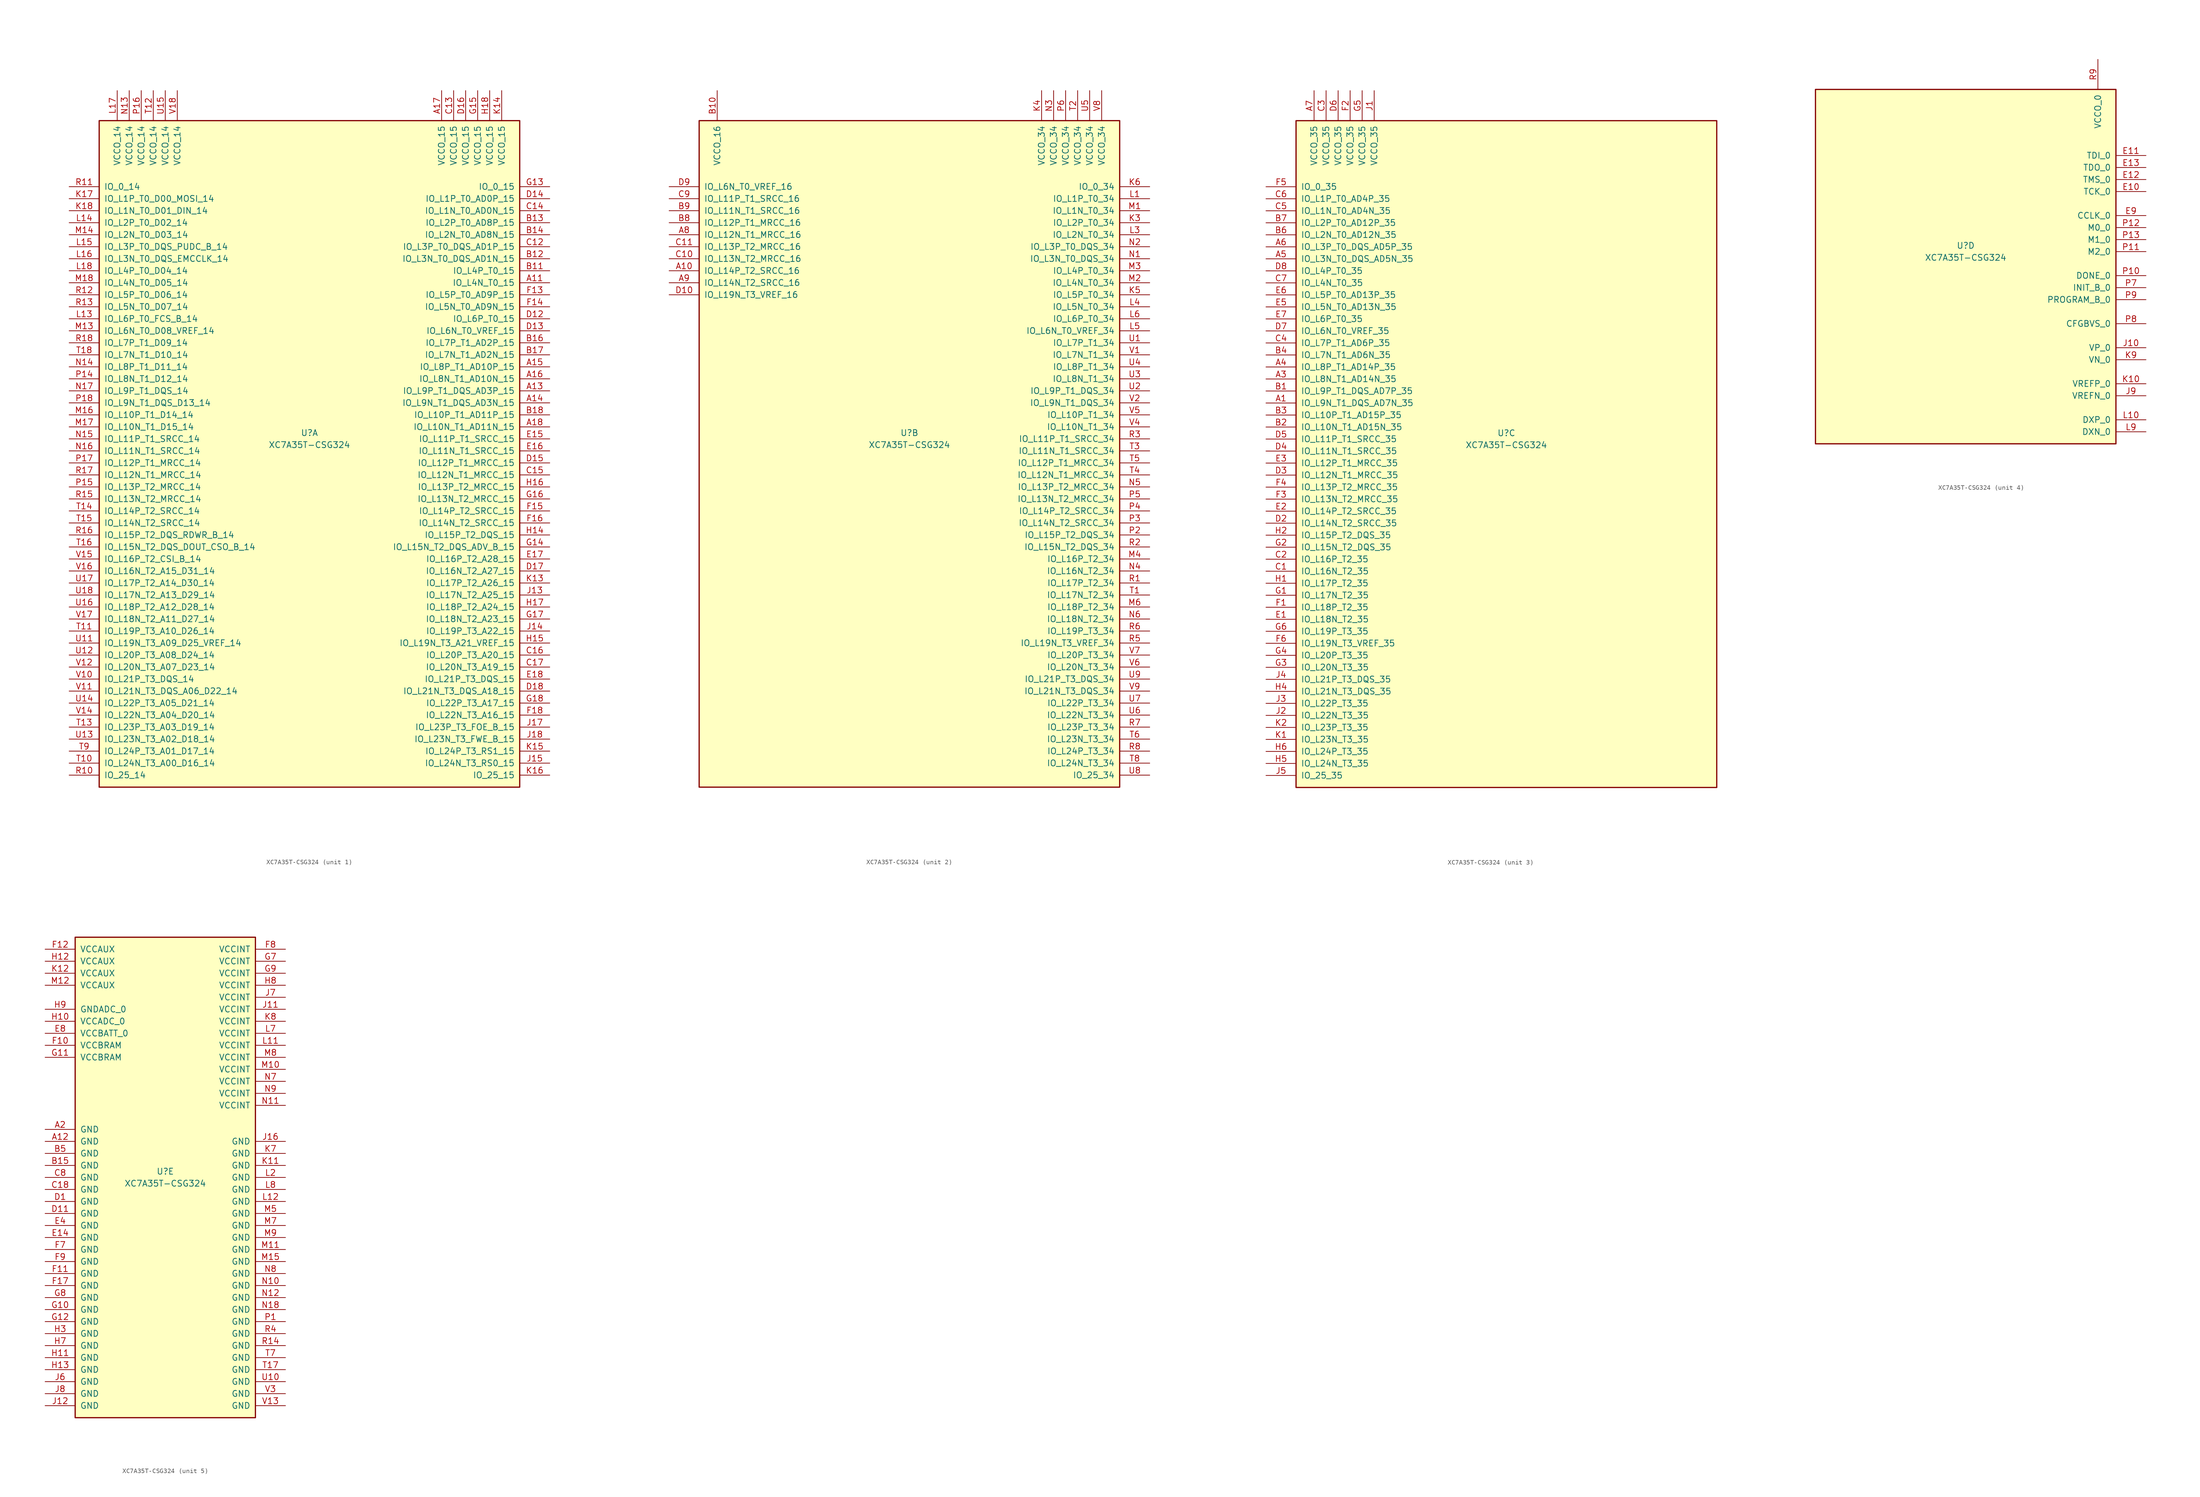
<source format=kicad_sym>
(kicad_symbol_lib
  (version 20231120)
  (generator "kicad_symbol_editor")
  (generator_version "8.0")
  (symbol "XC7A35T-CSG324"
    (pin_names
      (offset 1.016))
    (property "Reference" "U"
      (at 0 1.27 0)
      (effects (font (size 1.27 1.27))))
    (property "Value" "XC7A35T-CSG324"
      (at 0 -1.27 0)
      (effects (font (size 1.27 1.27))))
    (property "Datasheet" ""
      (at 0 0 0)
      (effects (font (size 1.27 1.27))))
    (property "ki_locked" ""
      (at 0 0 0)
      (effects (font (size 1.27 1.27))))
    (symbol "XC7A35T-CSG324_1_1"
      (rectangle (start -44.45 67.31) (end 44.45 -73.66) (stroke (width 0.254) (type default)) (fill (type background)))
      (pin bidirectional line (at 50.8 33.02 180) (length 6.35) (name "IO_L4N_T0_15" (effects (font (size 1.27 1.27)))) (number "A11" (effects (font (size 1.27 1.27)))))
      (pin bidirectional line (at 50.8 10.16 180) (length 6.35) (name "IO_L9P_T1_DQS_AD3P_15" (effects (font (size 1.27 1.27)))) (number "A13" (effects (font (size 1.27 1.27)))))
      (pin bidirectional line (at 50.8 7.62 180) (length 6.35) (name "IO_L9N_T1_DQS_AD3N_15" (effects (font (size 1.27 1.27)))) (number "A14" (effects (font (size 1.27 1.27)))))
      (pin bidirectional line (at 50.8 15.24 180) (length 6.35) (name "IO_L8P_T1_AD10P_15" (effects (font (size 1.27 1.27)))) (number "A15" (effects (font (size 1.27 1.27)))))
      (pin bidirectional line (at 50.8 12.7 180) (length 6.35) (name "IO_L8N_T1_AD10N_15" (effects (font (size 1.27 1.27)))) (number "A16" (effects (font (size 1.27 1.27)))))
      (pin power_in line (at 27.94 73.66 270) (length 6.35) (name "VCCO_15" (effects (font (size 1.27 1.27)))) (number "A17" (effects (font (size 1.27 1.27)))))
      (pin bidirectional line (at 50.8 2.54 180) (length 6.35) (name "IO_L10N_T1_AD11N_15" (effects (font (size 1.27 1.27)))) (number "A18" (effects (font (size 1.27 1.27)))))
      (pin bidirectional line (at 50.8 35.56 180) (length 6.35) (name "IO_L4P_T0_15" (effects (font (size 1.27 1.27)))) (number "B11" (effects (font (size 1.27 1.27)))))
      (pin bidirectional line (at 50.8 38.1 180) (length 6.35) (name "IO_L3N_T0_DQS_AD1N_15" (effects (font (size 1.27 1.27)))) (number "B12" (effects (font (size 1.27 1.27)))))
      (pin bidirectional line (at 50.8 45.72 180) (length 6.35) (name "IO_L2P_T0_AD8P_15" (effects (font (size 1.27 1.27)))) (number "B13" (effects (font (size 1.27 1.27)))))
      (pin bidirectional line (at 50.8 43.18 180) (length 6.35) (name "IO_L2N_T0_AD8N_15" (effects (font (size 1.27 1.27)))) (number "B14" (effects (font (size 1.27 1.27)))))
      (pin bidirectional line (at 50.8 20.32 180) (length 6.35) (name "IO_L7P_T1_AD2P_15" (effects (font (size 1.27 1.27)))) (number "B16" (effects (font (size 1.27 1.27)))))
      (pin bidirectional line (at 50.8 17.78 180) (length 6.35) (name "IO_L7N_T1_AD2N_15" (effects (font (size 1.27 1.27)))) (number "B17" (effects (font (size 1.27 1.27)))))
      (pin bidirectional line (at 50.8 5.08 180) (length 6.35) (name "IO_L10P_T1_AD11P_15" (effects (font (size 1.27 1.27)))) (number "B18" (effects (font (size 1.27 1.27)))))
      (pin bidirectional line (at 50.8 40.64 180) (length 6.35) (name "IO_L3P_T0_DQS_AD1P_15" (effects (font (size 1.27 1.27)))) (number "C12" (effects (font (size 1.27 1.27)))))
      (pin power_in line (at 30.48 73.66 270) (length 6.35) (name "VCCO_15" (effects (font (size 1.27 1.27)))) (number "C13" (effects (font (size 1.27 1.27)))))
      (pin bidirectional line (at 50.8 48.26 180) (length 6.35) (name "IO_L1N_T0_AD0N_15" (effects (font (size 1.27 1.27)))) (number "C14" (effects (font (size 1.27 1.27)))))
      (pin bidirectional line (at 50.8 -7.62 180) (length 6.35) (name "IO_L12N_T1_MRCC_15" (effects (font (size 1.27 1.27)))) (number "C15" (effects (font (size 1.27 1.27)))))
      (pin bidirectional line (at 50.8 -45.72 180) (length 6.35) (name "IO_L20P_T3_A20_15" (effects (font (size 1.27 1.27)))) (number "C16" (effects (font (size 1.27 1.27)))))
      (pin bidirectional line (at 50.8 -48.26 180) (length 6.35) (name "IO_L20N_T3_A19_15" (effects (font (size 1.27 1.27)))) (number "C17" (effects (font (size 1.27 1.27)))))
      (pin bidirectional line (at 50.8 25.4 180) (length 6.35) (name "IO_L6P_T0_15" (effects (font (size 1.27 1.27)))) (number "D12" (effects (font (size 1.27 1.27)))))
      (pin bidirectional line (at 50.8 22.86 180) (length 6.35) (name "IO_L6N_T0_VREF_15" (effects (font (size 1.27 1.27)))) (number "D13" (effects (font (size 1.27 1.27)))))
      (pin bidirectional line (at 50.8 50.8 180) (length 6.35) (name "IO_L1P_T0_AD0P_15" (effects (font (size 1.27 1.27)))) (number "D14" (effects (font (size 1.27 1.27)))))
      (pin bidirectional line (at 50.8 -5.08 180) (length 6.35) (name "IO_L12P_T1_MRCC_15" (effects (font (size 1.27 1.27)))) (number "D15" (effects (font (size 1.27 1.27)))))
      (pin power_in line (at 33.02 73.66 270) (length 6.35) (name "VCCO_15" (effects (font (size 1.27 1.27)))) (number "D16" (effects (font (size 1.27 1.27)))))
      (pin bidirectional line (at 50.8 -27.94 180) (length 6.35) (name "IO_L16N_T2_A27_15" (effects (font (size 1.27 1.27)))) (number "D17" (effects (font (size 1.27 1.27)))))
      (pin bidirectional line (at 50.8 -53.34 180) (length 6.35) (name "IO_L21N_T3_DQS_A18_15" (effects (font (size 1.27 1.27)))) (number "D18" (effects (font (size 1.27 1.27)))))
      (pin bidirectional line (at 50.8 0 180) (length 6.35) (name "IO_L11P_T1_SRCC_15" (effects (font (size 1.27 1.27)))) (number "E15" (effects (font (size 1.27 1.27)))))
      (pin bidirectional line (at 50.8 -2.54 180) (length 6.35) (name "IO_L11N_T1_SRCC_15" (effects (font (size 1.27 1.27)))) (number "E16" (effects (font (size 1.27 1.27)))))
      (pin bidirectional line (at 50.8 -25.4 180) (length 6.35) (name "IO_L16P_T2_A28_15" (effects (font (size 1.27 1.27)))) (number "E17" (effects (font (size 1.27 1.27)))))
      (pin bidirectional line (at 50.8 -50.8 180) (length 6.35) (name "IO_L21P_T3_DQS_15" (effects (font (size 1.27 1.27)))) (number "E18" (effects (font (size 1.27 1.27)))))
      (pin bidirectional line (at 50.8 30.48 180) (length 6.35) (name "IO_L5P_T0_AD9P_15" (effects (font (size 1.27 1.27)))) (number "F13" (effects (font (size 1.27 1.27)))))
      (pin bidirectional line (at 50.8 27.94 180) (length 6.35) (name "IO_L5N_T0_AD9N_15" (effects (font (size 1.27 1.27)))) (number "F14" (effects (font (size 1.27 1.27)))))
      (pin bidirectional line (at 50.8 -15.24 180) (length 6.35) (name "IO_L14P_T2_SRCC_15" (effects (font (size 1.27 1.27)))) (number "F15" (effects (font (size 1.27 1.27)))))
      (pin bidirectional line (at 50.8 -17.78 180) (length 6.35) (name "IO_L14N_T2_SRCC_15" (effects (font (size 1.27 1.27)))) (number "F16" (effects (font (size 1.27 1.27)))))
      (pin bidirectional line (at 50.8 -58.42 180) (length 6.35) (name "IO_L22N_T3_A16_15" (effects (font (size 1.27 1.27)))) (number "F18" (effects (font (size 1.27 1.27)))))
      (pin bidirectional line (at 50.8 53.34 180) (length 6.35) (name "IO_0_15" (effects (font (size 1.27 1.27)))) (number "G13" (effects (font (size 1.27 1.27)))))
      (pin bidirectional line (at 50.8 -22.86 180) (length 6.35) (name "IO_L15N_T2_DQS_ADV_B_15" (effects (font (size 1.27 1.27)))) (number "G14" (effects (font (size 1.27 1.27)))))
      (pin power_in line (at 35.56 73.66 270) (length 6.35) (name "VCCO_15" (effects (font (size 1.27 1.27)))) (number "G15" (effects (font (size 1.27 1.27)))))
      (pin bidirectional line (at 50.8 -12.7 180) (length 6.35) (name "IO_L13N_T2_MRCC_15" (effects (font (size 1.27 1.27)))) (number "G16" (effects (font (size 1.27 1.27)))))
      (pin bidirectional line (at 50.8 -38.1 180) (length 6.35) (name "IO_L18N_T2_A23_15" (effects (font (size 1.27 1.27)))) (number "G17" (effects (font (size 1.27 1.27)))))
      (pin bidirectional line (at 50.8 -55.88 180) (length 6.35) (name "IO_L22P_T3_A17_15" (effects (font (size 1.27 1.27)))) (number "G18" (effects (font (size 1.27 1.27)))))
      (pin bidirectional line (at 50.8 -20.32 180) (length 6.35) (name "IO_L15P_T2_DQS_15" (effects (font (size 1.27 1.27)))) (number "H14" (effects (font (size 1.27 1.27)))))
      (pin bidirectional line (at 50.8 -43.18 180) (length 6.35) (name "IO_L19N_T3_A21_VREF_15" (effects (font (size 1.27 1.27)))) (number "H15" (effects (font (size 1.27 1.27)))))
      (pin bidirectional line (at 50.8 -10.16 180) (length 6.35) (name "IO_L13P_T2_MRCC_15" (effects (font (size 1.27 1.27)))) (number "H16" (effects (font (size 1.27 1.27)))))
      (pin bidirectional line (at 50.8 -35.56 180) (length 6.35) (name "IO_L18P_T2_A24_15" (effects (font (size 1.27 1.27)))) (number "H17" (effects (font (size 1.27 1.27)))))
      (pin power_in line (at 38.1 73.66 270) (length 6.35) (name "VCCO_15" (effects (font (size 1.27 1.27)))) (number "H18" (effects (font (size 1.27 1.27)))))
      (pin bidirectional line (at 50.8 -33.02 180) (length 6.35) (name "IO_L17N_T2_A25_15" (effects (font (size 1.27 1.27)))) (number "J13" (effects (font (size 1.27 1.27)))))
      (pin bidirectional line (at 50.8 -40.64 180) (length 6.35) (name "IO_L19P_T3_A22_15" (effects (font (size 1.27 1.27)))) (number "J14" (effects (font (size 1.27 1.27)))))
      (pin bidirectional line (at 50.8 -68.58 180) (length 6.35) (name "IO_L24N_T3_RS0_15" (effects (font (size 1.27 1.27)))) (number "J15" (effects (font (size 1.27 1.27)))))
      (pin bidirectional line (at 50.8 -60.96 180) (length 6.35) (name "IO_L23P_T3_FOE_B_15" (effects (font (size 1.27 1.27)))) (number "J17" (effects (font (size 1.27 1.27)))))
      (pin bidirectional line (at 50.8 -63.5 180) (length 6.35) (name "IO_L23N_T3_FWE_B_15" (effects (font (size 1.27 1.27)))) (number "J18" (effects (font (size 1.27 1.27)))))
      (pin bidirectional line (at 50.8 -30.48 180) (length 6.35) (name "IO_L17P_T2_A26_15" (effects (font (size 1.27 1.27)))) (number "K13" (effects (font (size 1.27 1.27)))))
      (pin power_in line (at 40.64 73.66 270) (length 6.35) (name "VCCO_15" (effects (font (size 1.27 1.27)))) (number "K14" (effects (font (size 1.27 1.27)))))
      (pin bidirectional line (at 50.8 -66.04 180) (length 6.35) (name "IO_L24P_T3_RS1_15" (effects (font (size 1.27 1.27)))) (number "K15" (effects (font (size 1.27 1.27)))))
      (pin bidirectional line (at 50.8 -71.12 180) (length 6.35) (name "IO_25_15" (effects (font (size 1.27 1.27)))) (number "K16" (effects (font (size 1.27 1.27)))))
      (pin bidirectional line (at -50.8 50.8 0) (length 6.35) (name "IO_L1P_T0_D00_MOSI_14" (effects (font (size 1.27 1.27)))) (number "K17" (effects (font (size 1.27 1.27)))))
      (pin bidirectional line (at -50.8 48.26 0) (length 6.35) (name "IO_L1N_T0_D01_DIN_14" (effects (font (size 1.27 1.27)))) (number "K18" (effects (font (size 1.27 1.27)))))
      (pin bidirectional line (at -50.8 25.4 0) (length 6.35) (name "IO_L6P_T0_FCS_B_14" (effects (font (size 1.27 1.27)))) (number "L13" (effects (font (size 1.27 1.27)))))
      (pin bidirectional line (at -50.8 45.72 0) (length 6.35) (name "IO_L2P_T0_D02_14" (effects (font (size 1.27 1.27)))) (number "L14" (effects (font (size 1.27 1.27)))))
      (pin bidirectional line (at -50.8 40.64 0) (length 6.35) (name "IO_L3P_T0_DQS_PUDC_B_14" (effects (font (size 1.27 1.27)))) (number "L15" (effects (font (size 1.27 1.27)))))
      (pin bidirectional line (at -50.8 38.1 0) (length 6.35) (name "IO_L3N_T0_DQS_EMCCLK_14" (effects (font (size 1.27 1.27)))) (number "L16" (effects (font (size 1.27 1.27)))))
      (pin power_in line (at -40.64 73.66 270) (length 6.35) (name "VCCO_14" (effects (font (size 1.27 1.27)))) (number "L17" (effects (font (size 1.27 1.27)))))
      (pin bidirectional line (at -50.8 35.56 0) (length 6.35) (name "IO_L4P_T0_D04_14" (effects (font (size 1.27 1.27)))) (number "L18" (effects (font (size 1.27 1.27)))))
      (pin bidirectional line (at -50.8 22.86 0) (length 6.35) (name "IO_L6N_T0_D08_VREF_14" (effects (font (size 1.27 1.27)))) (number "M13" (effects (font (size 1.27 1.27)))))
      (pin bidirectional line (at -50.8 43.18 0) (length 6.35) (name "IO_L2N_T0_D03_14" (effects (font (size 1.27 1.27)))) (number "M14" (effects (font (size 1.27 1.27)))))
      (pin bidirectional line (at -50.8 5.08 0) (length 6.35) (name "IO_L10P_T1_D14_14" (effects (font (size 1.27 1.27)))) (number "M16" (effects (font (size 1.27 1.27)))))
      (pin bidirectional line (at -50.8 2.54 0) (length 6.35) (name "IO_L10N_T1_D15_14" (effects (font (size 1.27 1.27)))) (number "M17" (effects (font (size 1.27 1.27)))))
      (pin bidirectional line (at -50.8 33.02 0) (length 6.35) (name "IO_L4N_T0_D05_14" (effects (font (size 1.27 1.27)))) (number "M18" (effects (font (size 1.27 1.27)))))
      (pin power_in line (at -38.1 73.66 270) (length 6.35) (name "VCCO_14" (effects (font (size 1.27 1.27)))) (number "N13" (effects (font (size 1.27 1.27)))))
      (pin bidirectional line (at -50.8 15.24 0) (length 6.35) (name "IO_L8P_T1_D11_14" (effects (font (size 1.27 1.27)))) (number "N14" (effects (font (size 1.27 1.27)))))
      (pin bidirectional line (at -50.8 0 0) (length 6.35) (name "IO_L11P_T1_SRCC_14" (effects (font (size 1.27 1.27)))) (number "N15" (effects (font (size 1.27 1.27)))))
      (pin bidirectional line (at -50.8 -2.54 0) (length 6.35) (name "IO_L11N_T1_SRCC_14" (effects (font (size 1.27 1.27)))) (number "N16" (effects (font (size 1.27 1.27)))))
      (pin bidirectional line (at -50.8 10.16 0) (length 6.35) (name "IO_L9P_T1_DQS_14" (effects (font (size 1.27 1.27)))) (number "N17" (effects (font (size 1.27 1.27)))))
      (pin bidirectional line (at -50.8 12.7 0) (length 6.35) (name "IO_L8N_T1_D12_14" (effects (font (size 1.27 1.27)))) (number "P14" (effects (font (size 1.27 1.27)))))
      (pin bidirectional line (at -50.8 -10.16 0) (length 6.35) (name "IO_L13P_T2_MRCC_14" (effects (font (size 1.27 1.27)))) (number "P15" (effects (font (size 1.27 1.27)))))
      (pin power_in line (at -35.56 73.66 270) (length 6.35) (name "VCCO_14" (effects (font (size 1.27 1.27)))) (number "P16" (effects (font (size 1.27 1.27)))))
      (pin bidirectional line (at -50.8 -5.08 0) (length 6.35) (name "IO_L12P_T1_MRCC_14" (effects (font (size 1.27 1.27)))) (number "P17" (effects (font (size 1.27 1.27)))))
      (pin bidirectional line (at -50.8 7.62 0) (length 6.35) (name "IO_L9N_T1_DQS_D13_14" (effects (font (size 1.27 1.27)))) (number "P18" (effects (font (size 1.27 1.27)))))
      (pin bidirectional line (at -50.8 -71.12 0) (length 6.35) (name "IO_25_14" (effects (font (size 1.27 1.27)))) (number "R10" (effects (font (size 1.27 1.27)))))
      (pin bidirectional line (at -50.8 53.34 0) (length 6.35) (name "IO_0_14" (effects (font (size 1.27 1.27)))) (number "R11" (effects (font (size 1.27 1.27)))))
      (pin bidirectional line (at -50.8 30.48 0) (length 6.35) (name "IO_L5P_T0_D06_14" (effects (font (size 1.27 1.27)))) (number "R12" (effects (font (size 1.27 1.27)))))
      (pin bidirectional line (at -50.8 27.94 0) (length 6.35) (name "IO_L5N_T0_D07_14" (effects (font (size 1.27 1.27)))) (number "R13" (effects (font (size 1.27 1.27)))))
      (pin bidirectional line (at -50.8 -12.7 0) (length 6.35) (name "IO_L13N_T2_MRCC_14" (effects (font (size 1.27 1.27)))) (number "R15" (effects (font (size 1.27 1.27)))))
      (pin bidirectional line (at -50.8 -20.32 0) (length 6.35) (name "IO_L15P_T2_DQS_RDWR_B_14" (effects (font (size 1.27 1.27)))) (number "R16" (effects (font (size 1.27 1.27)))))
      (pin bidirectional line (at -50.8 -7.62 0) (length 6.35) (name "IO_L12N_T1_MRCC_14" (effects (font (size 1.27 1.27)))) (number "R17" (effects (font (size 1.27 1.27)))))
      (pin bidirectional line (at -50.8 20.32 0) (length 6.35) (name "IO_L7P_T1_D09_14" (effects (font (size 1.27 1.27)))) (number "R18" (effects (font (size 1.27 1.27)))))
      (pin bidirectional line (at -50.8 -68.58 0) (length 6.35) (name "IO_L24N_T3_A00_D16_14" (effects (font (size 1.27 1.27)))) (number "T10" (effects (font (size 1.27 1.27)))))
      (pin bidirectional line (at -50.8 -40.64 0) (length 6.35) (name "IO_L19P_T3_A10_D26_14" (effects (font (size 1.27 1.27)))) (number "T11" (effects (font (size 1.27 1.27)))))
      (pin power_in line (at -33.02 73.66 270) (length 6.35) (name "VCCO_14" (effects (font (size 1.27 1.27)))) (number "T12" (effects (font (size 1.27 1.27)))))
      (pin bidirectional line (at -50.8 -60.96 0) (length 6.35) (name "IO_L23P_T3_A03_D19_14" (effects (font (size 1.27 1.27)))) (number "T13" (effects (font (size 1.27 1.27)))))
      (pin bidirectional line (at -50.8 -15.24 0) (length 6.35) (name "IO_L14P_T2_SRCC_14" (effects (font (size 1.27 1.27)))) (number "T14" (effects (font (size 1.27 1.27)))))
      (pin bidirectional line (at -50.8 -17.78 0) (length 6.35) (name "IO_L14N_T2_SRCC_14" (effects (font (size 1.27 1.27)))) (number "T15" (effects (font (size 1.27 1.27)))))
      (pin bidirectional line (at -50.8 -22.86 0) (length 6.35) (name "IO_L15N_T2_DQS_DOUT_CSO_B_14" (effects (font (size 1.27 1.27)))) (number "T16" (effects (font (size 1.27 1.27)))))
      (pin bidirectional line (at -50.8 17.78 0) (length 6.35) (name "IO_L7N_T1_D10_14" (effects (font (size 1.27 1.27)))) (number "T18" (effects (font (size 1.27 1.27)))))
      (pin bidirectional line (at -50.8 -66.04 0) (length 6.35) (name "IO_L24P_T3_A01_D17_14" (effects (font (size 1.27 1.27)))) (number "T9" (effects (font (size 1.27 1.27)))))
      (pin bidirectional line (at -50.8 -43.18 0) (length 6.35) (name "IO_L19N_T3_A09_D25_VREF_14" (effects (font (size 1.27 1.27)))) (number "U11" (effects (font (size 1.27 1.27)))))
      (pin bidirectional line (at -50.8 -45.72 0) (length 6.35) (name "IO_L20P_T3_A08_D24_14" (effects (font (size 1.27 1.27)))) (number "U12" (effects (font (size 1.27 1.27)))))
      (pin bidirectional line (at -50.8 -63.5 0) (length 6.35) (name "IO_L23N_T3_A02_D18_14" (effects (font (size 1.27 1.27)))) (number "U13" (effects (font (size 1.27 1.27)))))
      (pin bidirectional line (at -50.8 -55.88 0) (length 6.35) (name "IO_L22P_T3_A05_D21_14" (effects (font (size 1.27 1.27)))) (number "U14" (effects (font (size 1.27 1.27)))))
      (pin power_in line (at -30.48 73.66 270) (length 6.35) (name "VCCO_14" (effects (font (size 1.27 1.27)))) (number "U15" (effects (font (size 1.27 1.27)))))
      (pin bidirectional line (at -50.8 -35.56 0) (length 6.35) (name "IO_L18P_T2_A12_D28_14" (effects (font (size 1.27 1.27)))) (number "U16" (effects (font (size 1.27 1.27)))))
      (pin bidirectional line (at -50.8 -30.48 0) (length 6.35) (name "IO_L17P_T2_A14_D30_14" (effects (font (size 1.27 1.27)))) (number "U17" (effects (font (size 1.27 1.27)))))
      (pin bidirectional line (at -50.8 -33.02 0) (length 6.35) (name "IO_L17N_T2_A13_D29_14" (effects (font (size 1.27 1.27)))) (number "U18" (effects (font (size 1.27 1.27)))))
      (pin bidirectional line (at -50.8 -50.8 0) (length 6.35) (name "IO_L21P_T3_DQS_14" (effects (font (size 1.27 1.27)))) (number "V10" (effects (font (size 1.27 1.27)))))
      (pin bidirectional line (at -50.8 -53.34 0) (length 6.35) (name "IO_L21N_T3_DQS_A06_D22_14" (effects (font (size 1.27 1.27)))) (number "V11" (effects (font (size 1.27 1.27)))))
      (pin bidirectional line (at -50.8 -48.26 0) (length 6.35) (name "IO_L20N_T3_A07_D23_14" (effects (font (size 1.27 1.27)))) (number "V12" (effects (font (size 1.27 1.27)))))
      (pin bidirectional line (at -50.8 -58.42 0) (length 6.35) (name "IO_L22N_T3_A04_D20_14" (effects (font (size 1.27 1.27)))) (number "V14" (effects (font (size 1.27 1.27)))))
      (pin bidirectional line (at -50.8 -25.4 0) (length 6.35) (name "IO_L16P_T2_CSI_B_14" (effects (font (size 1.27 1.27)))) (number "V15" (effects (font (size 1.27 1.27)))))
      (pin bidirectional line (at -50.8 -27.94 0) (length 6.35) (name "IO_L16N_T2_A15_D31_14" (effects (font (size 1.27 1.27)))) (number "V16" (effects (font (size 1.27 1.27)))))
      (pin bidirectional line (at -50.8 -38.1 0) (length 6.35) (name "IO_L18N_T2_A11_D27_14" (effects (font (size 1.27 1.27)))) (number "V17" (effects (font (size 1.27 1.27)))))
      (pin power_in line (at -27.94 73.66 270) (length 6.35) (name "VCCO_14" (effects (font (size 1.27 1.27)))) (number "V18" (effects (font (size 1.27 1.27))))))
    (symbol "XC7A35T-CSG324_2_1"
      (rectangle (start -44.45 67.31) (end 44.45 -73.66) (stroke (width 0.254) (type default)) (fill (type background)))
      (pin bidirectional line (at -50.8 35.56 0) (length 6.35) (name "IO_L14P_T2_SRCC_16" (effects (font (size 1.27 1.27)))) (number "A10" (effects (font (size 1.27 1.27)))))
      (pin bidirectional line (at -50.8 43.18 0) (length 6.35) (name "IO_L12N_T1_MRCC_16" (effects (font (size 1.27 1.27)))) (number "A8" (effects (font (size 1.27 1.27)))))
      (pin bidirectional line (at -50.8 33.02 0) (length 6.35) (name "IO_L14N_T2_SRCC_16" (effects (font (size 1.27 1.27)))) (number "A9" (effects (font (size 1.27 1.27)))))
      (pin power_in line (at -40.64 73.66 270) (length 6.35) (name "VCCO_16" (effects (font (size 1.27 1.27)))) (number "B10" (effects (font (size 1.27 1.27)))))
      (pin bidirectional line (at -50.8 45.72 0) (length 6.35) (name "IO_L12P_T1_MRCC_16" (effects (font (size 1.27 1.27)))) (number "B8" (effects (font (size 1.27 1.27)))))
      (pin bidirectional line (at -50.8 48.26 0) (length 6.35) (name "IO_L11N_T1_SRCC_16" (effects (font (size 1.27 1.27)))) (number "B9" (effects (font (size 1.27 1.27)))))
      (pin bidirectional line (at -50.8 38.1 0) (length 6.35) (name "IO_L13N_T2_MRCC_16" (effects (font (size 1.27 1.27)))) (number "C10" (effects (font (size 1.27 1.27)))))
      (pin bidirectional line (at -50.8 40.64 0) (length 6.35) (name "IO_L13P_T2_MRCC_16" (effects (font (size 1.27 1.27)))) (number "C11" (effects (font (size 1.27 1.27)))))
      (pin bidirectional line (at -50.8 50.8 0) (length 6.35) (name "IO_L11P_T1_SRCC_16" (effects (font (size 1.27 1.27)))) (number "C9" (effects (font (size 1.27 1.27)))))
      (pin bidirectional line (at -50.8 30.48 0) (length 6.35) (name "IO_L19N_T3_VREF_16" (effects (font (size 1.27 1.27)))) (number "D10" (effects (font (size 1.27 1.27)))))
      (pin bidirectional line (at -50.8 53.34 0) (length 6.35) (name "IO_L6N_T0_VREF_16" (effects (font (size 1.27 1.27)))) (number "D9" (effects (font (size 1.27 1.27)))))
      (pin bidirectional line (at 50.8 45.72 180) (length 6.35) (name "IO_L2P_T0_34" (effects (font (size 1.27 1.27)))) (number "K3" (effects (font (size 1.27 1.27)))))
      (pin power_in line (at 27.94 73.66 270) (length 6.35) (name "VCCO_34" (effects (font (size 1.27 1.27)))) (number "K4" (effects (font (size 1.27 1.27)))))
      (pin bidirectional line (at 50.8 30.48 180) (length 6.35) (name "IO_L5P_T0_34" (effects (font (size 1.27 1.27)))) (number "K5" (effects (font (size 1.27 1.27)))))
      (pin bidirectional line (at 50.8 53.34 180) (length 6.35) (name "IO_0_34" (effects (font (size 1.27 1.27)))) (number "K6" (effects (font (size 1.27 1.27)))))
      (pin bidirectional line (at 50.8 50.8 180) (length 6.35) (name "IO_L1P_T0_34" (effects (font (size 1.27 1.27)))) (number "L1" (effects (font (size 1.27 1.27)))))
      (pin bidirectional line (at 50.8 43.18 180) (length 6.35) (name "IO_L2N_T0_34" (effects (font (size 1.27 1.27)))) (number "L3" (effects (font (size 1.27 1.27)))))
      (pin bidirectional line (at 50.8 27.94 180) (length 6.35) (name "IO_L5N_T0_34" (effects (font (size 1.27 1.27)))) (number "L4" (effects (font (size 1.27 1.27)))))
      (pin bidirectional line (at 50.8 22.86 180) (length 6.35) (name "IO_L6N_T0_VREF_34" (effects (font (size 1.27 1.27)))) (number "L5" (effects (font (size 1.27 1.27)))))
      (pin bidirectional line (at 50.8 25.4 180) (length 6.35) (name "IO_L6P_T0_34" (effects (font (size 1.27 1.27)))) (number "L6" (effects (font (size 1.27 1.27)))))
      (pin bidirectional line (at 50.8 48.26 180) (length 6.35) (name "IO_L1N_T0_34" (effects (font (size 1.27 1.27)))) (number "M1" (effects (font (size 1.27 1.27)))))
      (pin bidirectional line (at 50.8 33.02 180) (length 6.35) (name "IO_L4N_T0_34" (effects (font (size 1.27 1.27)))) (number "M2" (effects (font (size 1.27 1.27)))))
      (pin bidirectional line (at 50.8 35.56 180) (length 6.35) (name "IO_L4P_T0_34" (effects (font (size 1.27 1.27)))) (number "M3" (effects (font (size 1.27 1.27)))))
      (pin bidirectional line (at 50.8 -25.4 180) (length 6.35) (name "IO_L16P_T2_34" (effects (font (size 1.27 1.27)))) (number "M4" (effects (font (size 1.27 1.27)))))
      (pin bidirectional line (at 50.8 -35.56 180) (length 6.35) (name "IO_L18P_T2_34" (effects (font (size 1.27 1.27)))) (number "M6" (effects (font (size 1.27 1.27)))))
      (pin bidirectional line (at 50.8 38.1 180) (length 6.35) (name "IO_L3N_T0_DQS_34" (effects (font (size 1.27 1.27)))) (number "N1" (effects (font (size 1.27 1.27)))))
      (pin bidirectional line (at 50.8 40.64 180) (length 6.35) (name "IO_L3P_T0_DQS_34" (effects (font (size 1.27 1.27)))) (number "N2" (effects (font (size 1.27 1.27)))))
      (pin power_in line (at 30.48 73.66 270) (length 6.35) (name "VCCO_34" (effects (font (size 1.27 1.27)))) (number "N3" (effects (font (size 1.27 1.27)))))
      (pin bidirectional line (at 50.8 -27.94 180) (length 6.35) (name "IO_L16N_T2_34" (effects (font (size 1.27 1.27)))) (number "N4" (effects (font (size 1.27 1.27)))))
      (pin bidirectional line (at 50.8 -10.16 180) (length 6.35) (name "IO_L13P_T2_MRCC_34" (effects (font (size 1.27 1.27)))) (number "N5" (effects (font (size 1.27 1.27)))))
      (pin bidirectional line (at 50.8 -38.1 180) (length 6.35) (name "IO_L18N_T2_34" (effects (font (size 1.27 1.27)))) (number "N6" (effects (font (size 1.27 1.27)))))
      (pin bidirectional line (at 50.8 -20.32 180) (length 6.35) (name "IO_L15P_T2_DQS_34" (effects (font (size 1.27 1.27)))) (number "P2" (effects (font (size 1.27 1.27)))))
      (pin bidirectional line (at 50.8 -17.78 180) (length 6.35) (name "IO_L14N_T2_SRCC_34" (effects (font (size 1.27 1.27)))) (number "P3" (effects (font (size 1.27 1.27)))))
      (pin bidirectional line (at 50.8 -15.24 180) (length 6.35) (name "IO_L14P_T2_SRCC_34" (effects (font (size 1.27 1.27)))) (number "P4" (effects (font (size 1.27 1.27)))))
      (pin bidirectional line (at 50.8 -12.7 180) (length 6.35) (name "IO_L13N_T2_MRCC_34" (effects (font (size 1.27 1.27)))) (number "P5" (effects (font (size 1.27 1.27)))))
      (pin power_in line (at 33.02 73.66 270) (length 6.35) (name "VCCO_34" (effects (font (size 1.27 1.27)))) (number "P6" (effects (font (size 1.27 1.27)))))
      (pin bidirectional line (at 50.8 -30.48 180) (length 6.35) (name "IO_L17P_T2_34" (effects (font (size 1.27 1.27)))) (number "R1" (effects (font (size 1.27 1.27)))))
      (pin bidirectional line (at 50.8 -22.86 180) (length 6.35) (name "IO_L15N_T2_DQS_34" (effects (font (size 1.27 1.27)))) (number "R2" (effects (font (size 1.27 1.27)))))
      (pin bidirectional line (at 50.8 0 180) (length 6.35) (name "IO_L11P_T1_SRCC_34" (effects (font (size 1.27 1.27)))) (number "R3" (effects (font (size 1.27 1.27)))))
      (pin bidirectional line (at 50.8 -43.18 180) (length 6.35) (name "IO_L19N_T3_VREF_34" (effects (font (size 1.27 1.27)))) (number "R5" (effects (font (size 1.27 1.27)))))
      (pin bidirectional line (at 50.8 -40.64 180) (length 6.35) (name "IO_L19P_T3_34" (effects (font (size 1.27 1.27)))) (number "R6" (effects (font (size 1.27 1.27)))))
      (pin bidirectional line (at 50.8 -60.96 180) (length 6.35) (name "IO_L23P_T3_34" (effects (font (size 1.27 1.27)))) (number "R7" (effects (font (size 1.27 1.27)))))
      (pin bidirectional line (at 50.8 -66.04 180) (length 6.35) (name "IO_L24P_T3_34" (effects (font (size 1.27 1.27)))) (number "R8" (effects (font (size 1.27 1.27)))))
      (pin bidirectional line (at 50.8 -33.02 180) (length 6.35) (name "IO_L17N_T2_34" (effects (font (size 1.27 1.27)))) (number "T1" (effects (font (size 1.27 1.27)))))
      (pin power_in line (at 35.56 73.66 270) (length 6.35) (name "VCCO_34" (effects (font (size 1.27 1.27)))) (number "T2" (effects (font (size 1.27 1.27)))))
      (pin bidirectional line (at 50.8 -2.54 180) (length 6.35) (name "IO_L11N_T1_SRCC_34" (effects (font (size 1.27 1.27)))) (number "T3" (effects (font (size 1.27 1.27)))))
      (pin bidirectional line (at 50.8 -7.62 180) (length 6.35) (name "IO_L12N_T1_MRCC_34" (effects (font (size 1.27 1.27)))) (number "T4" (effects (font (size 1.27 1.27)))))
      (pin bidirectional line (at 50.8 -5.08 180) (length 6.35) (name "IO_L12P_T1_MRCC_34" (effects (font (size 1.27 1.27)))) (number "T5" (effects (font (size 1.27 1.27)))))
      (pin bidirectional line (at 50.8 -63.5 180) (length 6.35) (name "IO_L23N_T3_34" (effects (font (size 1.27 1.27)))) (number "T6" (effects (font (size 1.27 1.27)))))
      (pin bidirectional line (at 50.8 -68.58 180) (length 6.35) (name "IO_L24N_T3_34" (effects (font (size 1.27 1.27)))) (number "T8" (effects (font (size 1.27 1.27)))))
      (pin bidirectional line (at 50.8 20.32 180) (length 6.35) (name "IO_L7P_T1_34" (effects (font (size 1.27 1.27)))) (number "U1" (effects (font (size 1.27 1.27)))))
      (pin bidirectional line (at 50.8 10.16 180) (length 6.35) (name "IO_L9P_T1_DQS_34" (effects (font (size 1.27 1.27)))) (number "U2" (effects (font (size 1.27 1.27)))))
      (pin bidirectional line (at 50.8 12.7 180) (length 6.35) (name "IO_L8N_T1_34" (effects (font (size 1.27 1.27)))) (number "U3" (effects (font (size 1.27 1.27)))))
      (pin bidirectional line (at 50.8 15.24 180) (length 6.35) (name "IO_L8P_T1_34" (effects (font (size 1.27 1.27)))) (number "U4" (effects (font (size 1.27 1.27)))))
      (pin power_in line (at 38.1 73.66 270) (length 6.35) (name "VCCO_34" (effects (font (size 1.27 1.27)))) (number "U5" (effects (font (size 1.27 1.27)))))
      (pin bidirectional line (at 50.8 -58.42 180) (length 6.35) (name "IO_L22N_T3_34" (effects (font (size 1.27 1.27)))) (number "U6" (effects (font (size 1.27 1.27)))))
      (pin bidirectional line (at 50.8 -55.88 180) (length 6.35) (name "IO_L22P_T3_34" (effects (font (size 1.27 1.27)))) (number "U7" (effects (font (size 1.27 1.27)))))
      (pin bidirectional line (at 50.8 -71.12 180) (length 6.35) (name "IO_25_34" (effects (font (size 1.27 1.27)))) (number "U8" (effects (font (size 1.27 1.27)))))
      (pin bidirectional line (at 50.8 -50.8 180) (length 6.35) (name "IO_L21P_T3_DQS_34" (effects (font (size 1.27 1.27)))) (number "U9" (effects (font (size 1.27 1.27)))))
      (pin bidirectional line (at 50.8 17.78 180) (length 6.35) (name "IO_L7N_T1_34" (effects (font (size 1.27 1.27)))) (number "V1" (effects (font (size 1.27 1.27)))))
      (pin bidirectional line (at 50.8 7.62 180) (length 6.35) (name "IO_L9N_T1_DQS_34" (effects (font (size 1.27 1.27)))) (number "V2" (effects (font (size 1.27 1.27)))))
      (pin bidirectional line (at 50.8 2.54 180) (length 6.35) (name "IO_L10N_T1_34" (effects (font (size 1.27 1.27)))) (number "V4" (effects (font (size 1.27 1.27)))))
      (pin bidirectional line (at 50.8 5.08 180) (length 6.35) (name "IO_L10P_T1_34" (effects (font (size 1.27 1.27)))) (number "V5" (effects (font (size 1.27 1.27)))))
      (pin bidirectional line (at 50.8 -48.26 180) (length 6.35) (name "IO_L20N_T3_34" (effects (font (size 1.27 1.27)))) (number "V6" (effects (font (size 1.27 1.27)))))
      (pin bidirectional line (at 50.8 -45.72 180) (length 6.35) (name "IO_L20P_T3_34" (effects (font (size 1.27 1.27)))) (number "V7" (effects (font (size 1.27 1.27)))))
      (pin power_in line (at 40.64 73.66 270) (length 6.35) (name "VCCO_34" (effects (font (size 1.27 1.27)))) (number "V8" (effects (font (size 1.27 1.27)))))
      (pin bidirectional line (at 50.8 -53.34 180) (length 6.35) (name "IO_L21N_T3_DQS_34" (effects (font (size 1.27 1.27)))) (number "V9" (effects (font (size 1.27 1.27))))))
    (symbol "XC7A35T-CSG324_3_1"
      (rectangle (start -44.45 67.31) (end 44.45 -73.66) (stroke (width 0.254) (type default)) (fill (type background)))
      (pin bidirectional line (at -50.8 7.62 0) (length 6.35) (name "IO_L9N_T1_DQS_AD7N_35" (effects (font (size 1.27 1.27)))) (number "A1" (effects (font (size 1.27 1.27)))))
      (pin bidirectional line (at -50.8 12.7 0) (length 6.35) (name "IO_L8N_T1_AD14N_35" (effects (font (size 1.27 1.27)))) (number "A3" (effects (font (size 1.27 1.27)))))
      (pin bidirectional line (at -50.8 15.24 0) (length 6.35) (name "IO_L8P_T1_AD14P_35" (effects (font (size 1.27 1.27)))) (number "A4" (effects (font (size 1.27 1.27)))))
      (pin bidirectional line (at -50.8 38.1 0) (length 6.35) (name "IO_L3N_T0_DQS_AD5N_35" (effects (font (size 1.27 1.27)))) (number "A5" (effects (font (size 1.27 1.27)))))
      (pin bidirectional line (at -50.8 40.64 0) (length 6.35) (name "IO_L3P_T0_DQS_AD5P_35" (effects (font (size 1.27 1.27)))) (number "A6" (effects (font (size 1.27 1.27)))))
      (pin power_in line (at -40.64 73.66 270) (length 6.35) (name "VCCO_35" (effects (font (size 1.27 1.27)))) (number "A7" (effects (font (size 1.27 1.27)))))
      (pin bidirectional line (at -50.8 10.16 0) (length 6.35) (name "IO_L9P_T1_DQS_AD7P_35" (effects (font (size 1.27 1.27)))) (number "B1" (effects (font (size 1.27 1.27)))))
      (pin bidirectional line (at -50.8 2.54 0) (length 6.35) (name "IO_L10N_T1_AD15N_35" (effects (font (size 1.27 1.27)))) (number "B2" (effects (font (size 1.27 1.27)))))
      (pin bidirectional line (at -50.8 5.08 0) (length 6.35) (name "IO_L10P_T1_AD15P_35" (effects (font (size 1.27 1.27)))) (number "B3" (effects (font (size 1.27 1.27)))))
      (pin bidirectional line (at -50.8 17.78 0) (length 6.35) (name "IO_L7N_T1_AD6N_35" (effects (font (size 1.27 1.27)))) (number "B4" (effects (font (size 1.27 1.27)))))
      (pin bidirectional line (at -50.8 43.18 0) (length 6.35) (name "IO_L2N_T0_AD12N_35" (effects (font (size 1.27 1.27)))) (number "B6" (effects (font (size 1.27 1.27)))))
      (pin bidirectional line (at -50.8 45.72 0) (length 6.35) (name "IO_L2P_T0_AD12P_35" (effects (font (size 1.27 1.27)))) (number "B7" (effects (font (size 1.27 1.27)))))
      (pin bidirectional line (at -50.8 -27.94 0) (length 6.35) (name "IO_L16N_T2_35" (effects (font (size 1.27 1.27)))) (number "C1" (effects (font (size 1.27 1.27)))))
      (pin bidirectional line (at -50.8 -25.4 0) (length 6.35) (name "IO_L16P_T2_35" (effects (font (size 1.27 1.27)))) (number "C2" (effects (font (size 1.27 1.27)))))
      (pin power_in line (at -38.1 73.66 270) (length 6.35) (name "VCCO_35" (effects (font (size 1.27 1.27)))) (number "C3" (effects (font (size 1.27 1.27)))))
      (pin bidirectional line (at -50.8 20.32 0) (length 6.35) (name "IO_L7P_T1_AD6P_35" (effects (font (size 1.27 1.27)))) (number "C4" (effects (font (size 1.27 1.27)))))
      (pin bidirectional line (at -50.8 48.26 0) (length 6.35) (name "IO_L1N_T0_AD4N_35" (effects (font (size 1.27 1.27)))) (number "C5" (effects (font (size 1.27 1.27)))))
      (pin bidirectional line (at -50.8 50.8 0) (length 6.35) (name "IO_L1P_T0_AD4P_35" (effects (font (size 1.27 1.27)))) (number "C6" (effects (font (size 1.27 1.27)))))
      (pin bidirectional line (at -50.8 33.02 0) (length 6.35) (name "IO_L4N_T0_35" (effects (font (size 1.27 1.27)))) (number "C7" (effects (font (size 1.27 1.27)))))
      (pin bidirectional line (at -50.8 -17.78 0) (length 6.35) (name "IO_L14N_T2_SRCC_35" (effects (font (size 1.27 1.27)))) (number "D2" (effects (font (size 1.27 1.27)))))
      (pin bidirectional line (at -50.8 -7.62 0) (length 6.35) (name "IO_L12N_T1_MRCC_35" (effects (font (size 1.27 1.27)))) (number "D3" (effects (font (size 1.27 1.27)))))
      (pin bidirectional line (at -50.8 -2.54 0) (length 6.35) (name "IO_L11N_T1_SRCC_35" (effects (font (size 1.27 1.27)))) (number "D4" (effects (font (size 1.27 1.27)))))
      (pin bidirectional line (at -50.8 0 0) (length 6.35) (name "IO_L11P_T1_SRCC_35" (effects (font (size 1.27 1.27)))) (number "D5" (effects (font (size 1.27 1.27)))))
      (pin power_in line (at -35.56 73.66 270) (length 6.35) (name "VCCO_35" (effects (font (size 1.27 1.27)))) (number "D6" (effects (font (size 1.27 1.27)))))
      (pin bidirectional line (at -50.8 22.86 0) (length 6.35) (name "IO_L6N_T0_VREF_35" (effects (font (size 1.27 1.27)))) (number "D7" (effects (font (size 1.27 1.27)))))
      (pin bidirectional line (at -50.8 35.56 0) (length 6.35) (name "IO_L4P_T0_35" (effects (font (size 1.27 1.27)))) (number "D8" (effects (font (size 1.27 1.27)))))
      (pin bidirectional line (at -50.8 -38.1 0) (length 6.35) (name "IO_L18N_T2_35" (effects (font (size 1.27 1.27)))) (number "E1" (effects (font (size 1.27 1.27)))))
      (pin bidirectional line (at -50.8 -15.24 0) (length 6.35) (name "IO_L14P_T2_SRCC_35" (effects (font (size 1.27 1.27)))) (number "E2" (effects (font (size 1.27 1.27)))))
      (pin bidirectional line (at -50.8 -5.08 0) (length 6.35) (name "IO_L12P_T1_MRCC_35" (effects (font (size 1.27 1.27)))) (number "E3" (effects (font (size 1.27 1.27)))))
      (pin bidirectional line (at -50.8 27.94 0) (length 6.35) (name "IO_L5N_T0_AD13N_35" (effects (font (size 1.27 1.27)))) (number "E5" (effects (font (size 1.27 1.27)))))
      (pin bidirectional line (at -50.8 30.48 0) (length 6.35) (name "IO_L5P_T0_AD13P_35" (effects (font (size 1.27 1.27)))) (number "E6" (effects (font (size 1.27 1.27)))))
      (pin bidirectional line (at -50.8 25.4 0) (length 6.35) (name "IO_L6P_T0_35" (effects (font (size 1.27 1.27)))) (number "E7" (effects (font (size 1.27 1.27)))))
      (pin bidirectional line (at -50.8 -35.56 0) (length 6.35) (name "IO_L18P_T2_35" (effects (font (size 1.27 1.27)))) (number "F1" (effects (font (size 1.27 1.27)))))
      (pin power_in line (at -33.02 73.66 270) (length 6.35) (name "VCCO_35" (effects (font (size 1.27 1.27)))) (number "F2" (effects (font (size 1.27 1.27)))))
      (pin bidirectional line (at -50.8 -12.7 0) (length 6.35) (name "IO_L13N_T2_MRCC_35" (effects (font (size 1.27 1.27)))) (number "F3" (effects (font (size 1.27 1.27)))))
      (pin bidirectional line (at -50.8 -10.16 0) (length 6.35) (name "IO_L13P_T2_MRCC_35" (effects (font (size 1.27 1.27)))) (number "F4" (effects (font (size 1.27 1.27)))))
      (pin bidirectional line (at -50.8 53.34 0) (length 6.35) (name "IO_0_35" (effects (font (size 1.27 1.27)))) (number "F5" (effects (font (size 1.27 1.27)))))
      (pin bidirectional line (at -50.8 -43.18 0) (length 6.35) (name "IO_L19N_T3_VREF_35" (effects (font (size 1.27 1.27)))) (number "F6" (effects (font (size 1.27 1.27)))))
      (pin bidirectional line (at -50.8 -33.02 0) (length 6.35) (name "IO_L17N_T2_35" (effects (font (size 1.27 1.27)))) (number "G1" (effects (font (size 1.27 1.27)))))
      (pin bidirectional line (at -50.8 -22.86 0) (length 6.35) (name "IO_L15N_T2_DQS_35" (effects (font (size 1.27 1.27)))) (number "G2" (effects (font (size 1.27 1.27)))))
      (pin bidirectional line (at -50.8 -48.26 0) (length 6.35) (name "IO_L20N_T3_35" (effects (font (size 1.27 1.27)))) (number "G3" (effects (font (size 1.27 1.27)))))
      (pin bidirectional line (at -50.8 -45.72 0) (length 6.35) (name "IO_L20P_T3_35" (effects (font (size 1.27 1.27)))) (number "G4" (effects (font (size 1.27 1.27)))))
      (pin power_in line (at -30.48 73.66 270) (length 6.35) (name "VCCO_35" (effects (font (size 1.27 1.27)))) (number "G5" (effects (font (size 1.27 1.27)))))
      (pin bidirectional line (at -50.8 -40.64 0) (length 6.35) (name "IO_L19P_T3_35" (effects (font (size 1.27 1.27)))) (number "G6" (effects (font (size 1.27 1.27)))))
      (pin bidirectional line (at -50.8 -30.48 0) (length 6.35) (name "IO_L17P_T2_35" (effects (font (size 1.27 1.27)))) (number "H1" (effects (font (size 1.27 1.27)))))
      (pin bidirectional line (at -50.8 -20.32 0) (length 6.35) (name "IO_L15P_T2_DQS_35" (effects (font (size 1.27 1.27)))) (number "H2" (effects (font (size 1.27 1.27)))))
      (pin bidirectional line (at -50.8 -53.34 0) (length 6.35) (name "IO_L21N_T3_DQS_35" (effects (font (size 1.27 1.27)))) (number "H4" (effects (font (size 1.27 1.27)))))
      (pin bidirectional line (at -50.8 -68.58 0) (length 6.35) (name "IO_L24N_T3_35" (effects (font (size 1.27 1.27)))) (number "H5" (effects (font (size 1.27 1.27)))))
      (pin bidirectional line (at -50.8 -66.04 0) (length 6.35) (name "IO_L24P_T3_35" (effects (font (size 1.27 1.27)))) (number "H6" (effects (font (size 1.27 1.27)))))
      (pin power_in line (at -27.94 73.66 270) (length 6.35) (name "VCCO_35" (effects (font (size 1.27 1.27)))) (number "J1" (effects (font (size 1.27 1.27)))))
      (pin bidirectional line (at -50.8 -58.42 0) (length 6.35) (name "IO_L22N_T3_35" (effects (font (size 1.27 1.27)))) (number "J2" (effects (font (size 1.27 1.27)))))
      (pin bidirectional line (at -50.8 -55.88 0) (length 6.35) (name "IO_L22P_T3_35" (effects (font (size 1.27 1.27)))) (number "J3" (effects (font (size 1.27 1.27)))))
      (pin bidirectional line (at -50.8 -50.8 0) (length 6.35) (name "IO_L21P_T3_DQS_35" (effects (font (size 1.27 1.27)))) (number "J4" (effects (font (size 1.27 1.27)))))
      (pin bidirectional line (at -50.8 -71.12 0) (length 6.35) (name "IO_25_35" (effects (font (size 1.27 1.27)))) (number "J5" (effects (font (size 1.27 1.27)))))
      (pin bidirectional line (at -50.8 -63.5 0) (length 6.35) (name "IO_L23N_T3_35" (effects (font (size 1.27 1.27)))) (number "K1" (effects (font (size 1.27 1.27)))))
      (pin bidirectional line (at -50.8 -60.96 0) (length 6.35) (name "IO_L23P_T3_35" (effects (font (size 1.27 1.27)))) (number "K2" (effects (font (size 1.27 1.27))))))
    (symbol "XC7A35T-CSG324_4_1"
      (rectangle (start -31.75 34.29) (end 31.75 -40.64) (stroke (width 0.254) (type default)) (fill (type background)))
      (pin bidirectional line (at 38.1 12.7 180) (length 6.35) (name "TCK_0" (effects (font (size 1.27 1.27)))) (number "E10" (effects (font (size 1.27 1.27)))))
      (pin bidirectional line (at 38.1 20.32 180) (length 6.35) (name "TDI_0" (effects (font (size 1.27 1.27)))) (number "E11" (effects (font (size 1.27 1.27)))))
      (pin bidirectional line (at 38.1 15.24 180) (length 6.35) (name "TMS_0" (effects (font (size 1.27 1.27)))) (number "E12" (effects (font (size 1.27 1.27)))))
      (pin bidirectional line (at 38.1 17.78 180) (length 6.35) (name "TDO_0" (effects (font (size 1.27 1.27)))) (number "E13" (effects (font (size 1.27 1.27)))))
      (pin bidirectional line (at 38.1 7.62 180) (length 6.35) (name "CCLK_0" (effects (font (size 1.27 1.27)))) (number "E9" (effects (font (size 1.27 1.27)))))
      (pin bidirectional line (at 38.1 -20.32 180) (length 6.35) (name "VP_0" (effects (font (size 1.27 1.27)))) (number "J10" (effects (font (size 1.27 1.27)))))
      (pin bidirectional line (at 38.1 -30.48 180) (length 6.35) (name "VREFN_0" (effects (font (size 1.27 1.27)))) (number "J9" (effects (font (size 1.27 1.27)))))
      (pin bidirectional line (at 38.1 -27.94 180) (length 6.35) (name "VREFP_0" (effects (font (size 1.27 1.27)))) (number "K10" (effects (font (size 1.27 1.27)))))
      (pin bidirectional line (at 38.1 -22.86 180) (length 6.35) (name "VN_0" (effects (font (size 1.27 1.27)))) (number "K9" (effects (font (size 1.27 1.27)))))
      (pin bidirectional line (at 38.1 -35.56 180) (length 6.35) (name "DXP_0" (effects (font (size 1.27 1.27)))) (number "L10" (effects (font (size 1.27 1.27)))))
      (pin bidirectional line (at 38.1 -38.1 180) (length 6.35) (name "DXN_0" (effects (font (size 1.27 1.27)))) (number "L9" (effects (font (size 1.27 1.27)))))
      (pin bidirectional line (at 38.1 -5.08 180) (length 6.35) (name "DONE_0" (effects (font (size 1.27 1.27)))) (number "P10" (effects (font (size 1.27 1.27)))))
      (pin bidirectional line (at 38.1 0 180) (length 6.35) (name "M2_0" (effects (font (size 1.27 1.27)))) (number "P11" (effects (font (size 1.27 1.27)))))
      (pin bidirectional line (at 38.1 5.08 180) (length 6.35) (name "M0_0" (effects (font (size 1.27 1.27)))) (number "P12" (effects (font (size 1.27 1.27)))))
      (pin bidirectional line (at 38.1 2.54 180) (length 6.35) (name "M1_0" (effects (font (size 1.27 1.27)))) (number "P13" (effects (font (size 1.27 1.27)))))
      (pin bidirectional line (at 38.1 -7.62 180) (length 6.35) (name "INIT_B_0" (effects (font (size 1.27 1.27)))) (number "P7" (effects (font (size 1.27 1.27)))))
      (pin bidirectional line (at 38.1 -15.24 180) (length 6.35) (name "CFGBVS_0" (effects (font (size 1.27 1.27)))) (number "P8" (effects (font (size 1.27 1.27)))))
      (pin bidirectional line (at 38.1 -10.16 180) (length 6.35) (name "PROGRAM_B_0" (effects (font (size 1.27 1.27)))) (number "P9" (effects (font (size 1.27 1.27)))))
      (pin power_in line (at 27.94 40.64 270) (length 6.35) (name "VCCO_0" (effects (font (size 1.27 1.27)))) (number "R9" (effects (font (size 1.27 1.27))))))
    (symbol "XC7A35T-CSG324_5_1"
      (rectangle (start -19.05 50.8) (end 19.05 -50.8) (stroke (width 0.254) (type default)) (fill (type background)))
      (pin power_in line (at -25.4 7.62 0) (length 6.35) (name "GND" (effects (font (size 1.27 1.27)))) (number "A12" (effects (font (size 1.27 1.27)))))
      (pin power_in line (at -25.4 10.16 0) (length 6.35) (name "GND" (effects (font (size 1.27 1.27)))) (number "A2" (effects (font (size 1.27 1.27)))))
      (pin power_in line (at -25.4 2.54 0) (length 6.35) (name "GND" (effects (font (size 1.27 1.27)))) (number "B15" (effects (font (size 1.27 1.27)))))
      (pin power_in line (at -25.4 5.08 0) (length 6.35) (name "GND" (effects (font (size 1.27 1.27)))) (number "B5" (effects (font (size 1.27 1.27)))))
      (pin power_in line (at -25.4 -2.54 0) (length 6.35) (name "GND" (effects (font (size 1.27 1.27)))) (number "C18" (effects (font (size 1.27 1.27)))))
      (pin power_in line (at -25.4 0 0) (length 6.35) (name "GND" (effects (font (size 1.27 1.27)))) (number "C8" (effects (font (size 1.27 1.27)))))
      (pin power_in line (at -25.4 -5.08 0) (length 6.35) (name "GND" (effects (font (size 1.27 1.27)))) (number "D1" (effects (font (size 1.27 1.27)))))
      (pin power_in line (at -25.4 -7.62 0) (length 6.35) (name "GND" (effects (font (size 1.27 1.27)))) (number "D11" (effects (font (size 1.27 1.27)))))
      (pin power_in line (at -25.4 -12.7 0) (length 6.35) (name "GND" (effects (font (size 1.27 1.27)))) (number "E14" (effects (font (size 1.27 1.27)))))
      (pin power_in line (at -25.4 -10.16 0) (length 6.35) (name "GND" (effects (font (size 1.27 1.27)))) (number "E4" (effects (font (size 1.27 1.27)))))
      (pin power_in line (at -25.4 30.48 0) (length 6.35) (name "VCCBATT_0" (effects (font (size 1.27 1.27)))) (number "E8" (effects (font (size 1.27 1.27)))))
      (pin power_in line (at -25.4 27.94 0) (length 6.35) (name "VCCBRAM" (effects (font (size 1.27 1.27)))) (number "F10" (effects (font (size 1.27 1.27)))))
      (pin power_in line (at -25.4 -20.32 0) (length 6.35) (name "GND" (effects (font (size 1.27 1.27)))) (number "F11" (effects (font (size 1.27 1.27)))))
      (pin power_in line (at -25.4 48.26 0) (length 6.35) (name "VCCAUX" (effects (font (size 1.27 1.27)))) (number "F12" (effects (font (size 1.27 1.27)))))
      (pin power_in line (at -25.4 -22.86 0) (length 6.35) (name "GND" (effects (font (size 1.27 1.27)))) (number "F17" (effects (font (size 1.27 1.27)))))
      (pin power_in line (at -25.4 -15.24 0) (length 6.35) (name "GND" (effects (font (size 1.27 1.27)))) (number "F7" (effects (font (size 1.27 1.27)))))
      (pin power_in line (at 25.4 48.26 180) (length 6.35) (name "VCCINT" (effects (font (size 1.27 1.27)))) (number "F8" (effects (font (size 1.27 1.27)))))
      (pin power_in line (at -25.4 -17.78 0) (length 6.35) (name "GND" (effects (font (size 1.27 1.27)))) (number "F9" (effects (font (size 1.27 1.27)))))
      (pin power_in line (at -25.4 -27.94 0) (length 6.35) (name "GND" (effects (font (size 1.27 1.27)))) (number "G10" (effects (font (size 1.27 1.27)))))
      (pin power_in line (at -25.4 25.4 0) (length 6.35) (name "VCCBRAM" (effects (font (size 1.27 1.27)))) (number "G11" (effects (font (size 1.27 1.27)))))
      (pin power_in line (at -25.4 -30.48 0) (length 6.35) (name "GND" (effects (font (size 1.27 1.27)))) (number "G12" (effects (font (size 1.27 1.27)))))
      (pin power_in line (at 25.4 45.72 180) (length 6.35) (name "VCCINT" (effects (font (size 1.27 1.27)))) (number "G7" (effects (font (size 1.27 1.27)))))
      (pin power_in line (at -25.4 -25.4 0) (length 6.35) (name "GND" (effects (font (size 1.27 1.27)))) (number "G8" (effects (font (size 1.27 1.27)))))
      (pin power_in line (at 25.4 43.18 180) (length 6.35) (name "VCCINT" (effects (font (size 1.27 1.27)))) (number "G9" (effects (font (size 1.27 1.27)))))
      (pin power_in line (at -25.4 33.02 0) (length 6.35) (name "VCCADC_0" (effects (font (size 1.27 1.27)))) (number "H10" (effects (font (size 1.27 1.27)))))
      (pin power_in line (at -25.4 -38.1 0) (length 6.35) (name "GND" (effects (font (size 1.27 1.27)))) (number "H11" (effects (font (size 1.27 1.27)))))
      (pin power_in line (at -25.4 45.72 0) (length 6.35) (name "VCCAUX" (effects (font (size 1.27 1.27)))) (number "H12" (effects (font (size 1.27 1.27)))))
      (pin power_in line (at -25.4 -40.64 0) (length 6.35) (name "GND" (effects (font (size 1.27 1.27)))) (number "H13" (effects (font (size 1.27 1.27)))))
      (pin power_in line (at -25.4 -33.02 0) (length 6.35) (name "GND" (effects (font (size 1.27 1.27)))) (number "H3" (effects (font (size 1.27 1.27)))))
      (pin power_in line (at -25.4 -35.56 0) (length 6.35) (name "GND" (effects (font (size 1.27 1.27)))) (number "H7" (effects (font (size 1.27 1.27)))))
      (pin power_in line (at 25.4 40.64 180) (length 6.35) (name "VCCINT" (effects (font (size 1.27 1.27)))) (number "H8" (effects (font (size 1.27 1.27)))))
      (pin power_in line (at -25.4 35.56 0) (length 6.35) (name "GNDADC_0" (effects (font (size 1.27 1.27)))) (number "H9" (effects (font (size 1.27 1.27)))))
      (pin power_in line (at 25.4 35.56 180) (length 6.35) (name "VCCINT" (effects (font (size 1.27 1.27)))) (number "J11" (effects (font (size 1.27 1.27)))))
      (pin power_in line (at -25.4 -48.26 0) (length 6.35) (name "GND" (effects (font (size 1.27 1.27)))) (number "J12" (effects (font (size 1.27 1.27)))))
      (pin power_in line (at 25.4 7.62 180) (length 6.35) (name "GND" (effects (font (size 1.27 1.27)))) (number "J16" (effects (font (size 1.27 1.27)))))
      (pin power_in line (at -25.4 -43.18 0) (length 6.35) (name "GND" (effects (font (size 1.27 1.27)))) (number "J6" (effects (font (size 1.27 1.27)))))
      (pin power_in line (at 25.4 38.1 180) (length 6.35) (name "VCCINT" (effects (font (size 1.27 1.27)))) (number "J7" (effects (font (size 1.27 1.27)))))
      (pin power_in line (at -25.4 -45.72 0) (length 6.35) (name "GND" (effects (font (size 1.27 1.27)))) (number "J8" (effects (font (size 1.27 1.27)))))
      (pin power_in line (at 25.4 2.54 180) (length 6.35) (name "GND" (effects (font (size 1.27 1.27)))) (number "K11" (effects (font (size 1.27 1.27)))))
      (pin power_in line (at -25.4 43.18 0) (length 6.35) (name "VCCAUX" (effects (font (size 1.27 1.27)))) (number "K12" (effects (font (size 1.27 1.27)))))
      (pin power_in line (at 25.4 5.08 180) (length 6.35) (name "GND" (effects (font (size 1.27 1.27)))) (number "K7" (effects (font (size 1.27 1.27)))))
      (pin power_in line (at 25.4 33.02 180) (length 6.35) (name "VCCINT" (effects (font (size 1.27 1.27)))) (number "K8" (effects (font (size 1.27 1.27)))))
      (pin power_in line (at 25.4 27.94 180) (length 6.35) (name "VCCINT" (effects (font (size 1.27 1.27)))) (number "L11" (effects (font (size 1.27 1.27)))))
      (pin power_in line (at 25.4 -5.08 180) (length 6.35) (name "GND" (effects (font (size 1.27 1.27)))) (number "L12" (effects (font (size 1.27 1.27)))))
      (pin power_in line (at 25.4 0 180) (length 6.35) (name "GND" (effects (font (size 1.27 1.27)))) (number "L2" (effects (font (size 1.27 1.27)))))
      (pin power_in line (at 25.4 30.48 180) (length 6.35) (name "VCCINT" (effects (font (size 1.27 1.27)))) (number "L7" (effects (font (size 1.27 1.27)))))
      (pin power_in line (at 25.4 -2.54 180) (length 6.35) (name "GND" (effects (font (size 1.27 1.27)))) (number "L8" (effects (font (size 1.27 1.27)))))
      (pin power_in line (at 25.4 22.86 180) (length 6.35) (name "VCCINT" (effects (font (size 1.27 1.27)))) (number "M10" (effects (font (size 1.27 1.27)))))
      (pin power_in line (at 25.4 -15.24 180) (length 6.35) (name "GND" (effects (font (size 1.27 1.27)))) (number "M11" (effects (font (size 1.27 1.27)))))
      (pin power_in line (at -25.4 40.64 0) (length 6.35) (name "VCCAUX" (effects (font (size 1.27 1.27)))) (number "M12" (effects (font (size 1.27 1.27)))))
      (pin power_in line (at 25.4 -17.78 180) (length 6.35) (name "GND" (effects (font (size 1.27 1.27)))) (number "M15" (effects (font (size 1.27 1.27)))))
      (pin power_in line (at 25.4 -7.62 180) (length 6.35) (name "GND" (effects (font (size 1.27 1.27)))) (number "M5" (effects (font (size 1.27 1.27)))))
      (pin power_in line (at 25.4 -10.16 180) (length 6.35) (name "GND" (effects (font (size 1.27 1.27)))) (number "M7" (effects (font (size 1.27 1.27)))))
      (pin power_in line (at 25.4 25.4 180) (length 6.35) (name "VCCINT" (effects (font (size 1.27 1.27)))) (number "M8" (effects (font (size 1.27 1.27)))))
      (pin power_in line (at 25.4 -12.7 180) (length 6.35) (name "GND" (effects (font (size 1.27 1.27)))) (number "M9" (effects (font (size 1.27 1.27)))))
      (pin power_in line (at 25.4 -22.86 180) (length 6.35) (name "GND" (effects (font (size 1.27 1.27)))) (number "N10" (effects (font (size 1.27 1.27)))))
      (pin power_in line (at 25.4 15.24 180) (length 6.35) (name "VCCINT" (effects (font (size 1.27 1.27)))) (number "N11" (effects (font (size 1.27 1.27)))))
      (pin power_in line (at 25.4 -25.4 180) (length 6.35) (name "GND" (effects (font (size 1.27 1.27)))) (number "N12" (effects (font (size 1.27 1.27)))))
      (pin power_in line (at 25.4 -27.94 180) (length 6.35) (name "GND" (effects (font (size 1.27 1.27)))) (number "N18" (effects (font (size 1.27 1.27)))))
      (pin power_in line (at 25.4 20.32 180) (length 6.35) (name "VCCINT" (effects (font (size 1.27 1.27)))) (number "N7" (effects (font (size 1.27 1.27)))))
      (pin power_in line (at 25.4 -20.32 180) (length 6.35) (name "GND" (effects (font (size 1.27 1.27)))) (number "N8" (effects (font (size 1.27 1.27)))))
      (pin power_in line (at 25.4 17.78 180) (length 6.35) (name "VCCINT" (effects (font (size 1.27 1.27)))) (number "N9" (effects (font (size 1.27 1.27)))))
      (pin power_in line (at 25.4 -30.48 180) (length 6.35) (name "GND" (effects (font (size 1.27 1.27)))) (number "P1" (effects (font (size 1.27 1.27)))))
      (pin power_in line (at 25.4 -35.56 180) (length 6.35) (name "GND" (effects (font (size 1.27 1.27)))) (number "R14" (effects (font (size 1.27 1.27)))))
      (pin power_in line (at 25.4 -33.02 180) (length 6.35) (name "GND" (effects (font (size 1.27 1.27)))) (number "R4" (effects (font (size 1.27 1.27)))))
      (pin power_in line (at 25.4 -40.64 180) (length 6.35) (name "GND" (effects (font (size 1.27 1.27)))) (number "T17" (effects (font (size 1.27 1.27)))))
      (pin power_in line (at 25.4 -38.1 180) (length 6.35) (name "GND" (effects (font (size 1.27 1.27)))) (number "T7" (effects (font (size 1.27 1.27)))))
      (pin power_in line (at 25.4 -43.18 180) (length 6.35) (name "GND" (effects (font (size 1.27 1.27)))) (number "U10" (effects (font (size 1.27 1.27)))))
      (pin power_in line (at 25.4 -48.26 180) (length 6.35) (name "GND" (effects (font (size 1.27 1.27)))) (number "V13" (effects (font (size 1.27 1.27)))))
      (pin power_in line (at 25.4 -45.72 180) (length 6.35) (name "GND" (effects (font (size 1.27 1.27)))) (number "V3" (effects (font (size 1.27 1.27))))))))
</source>
